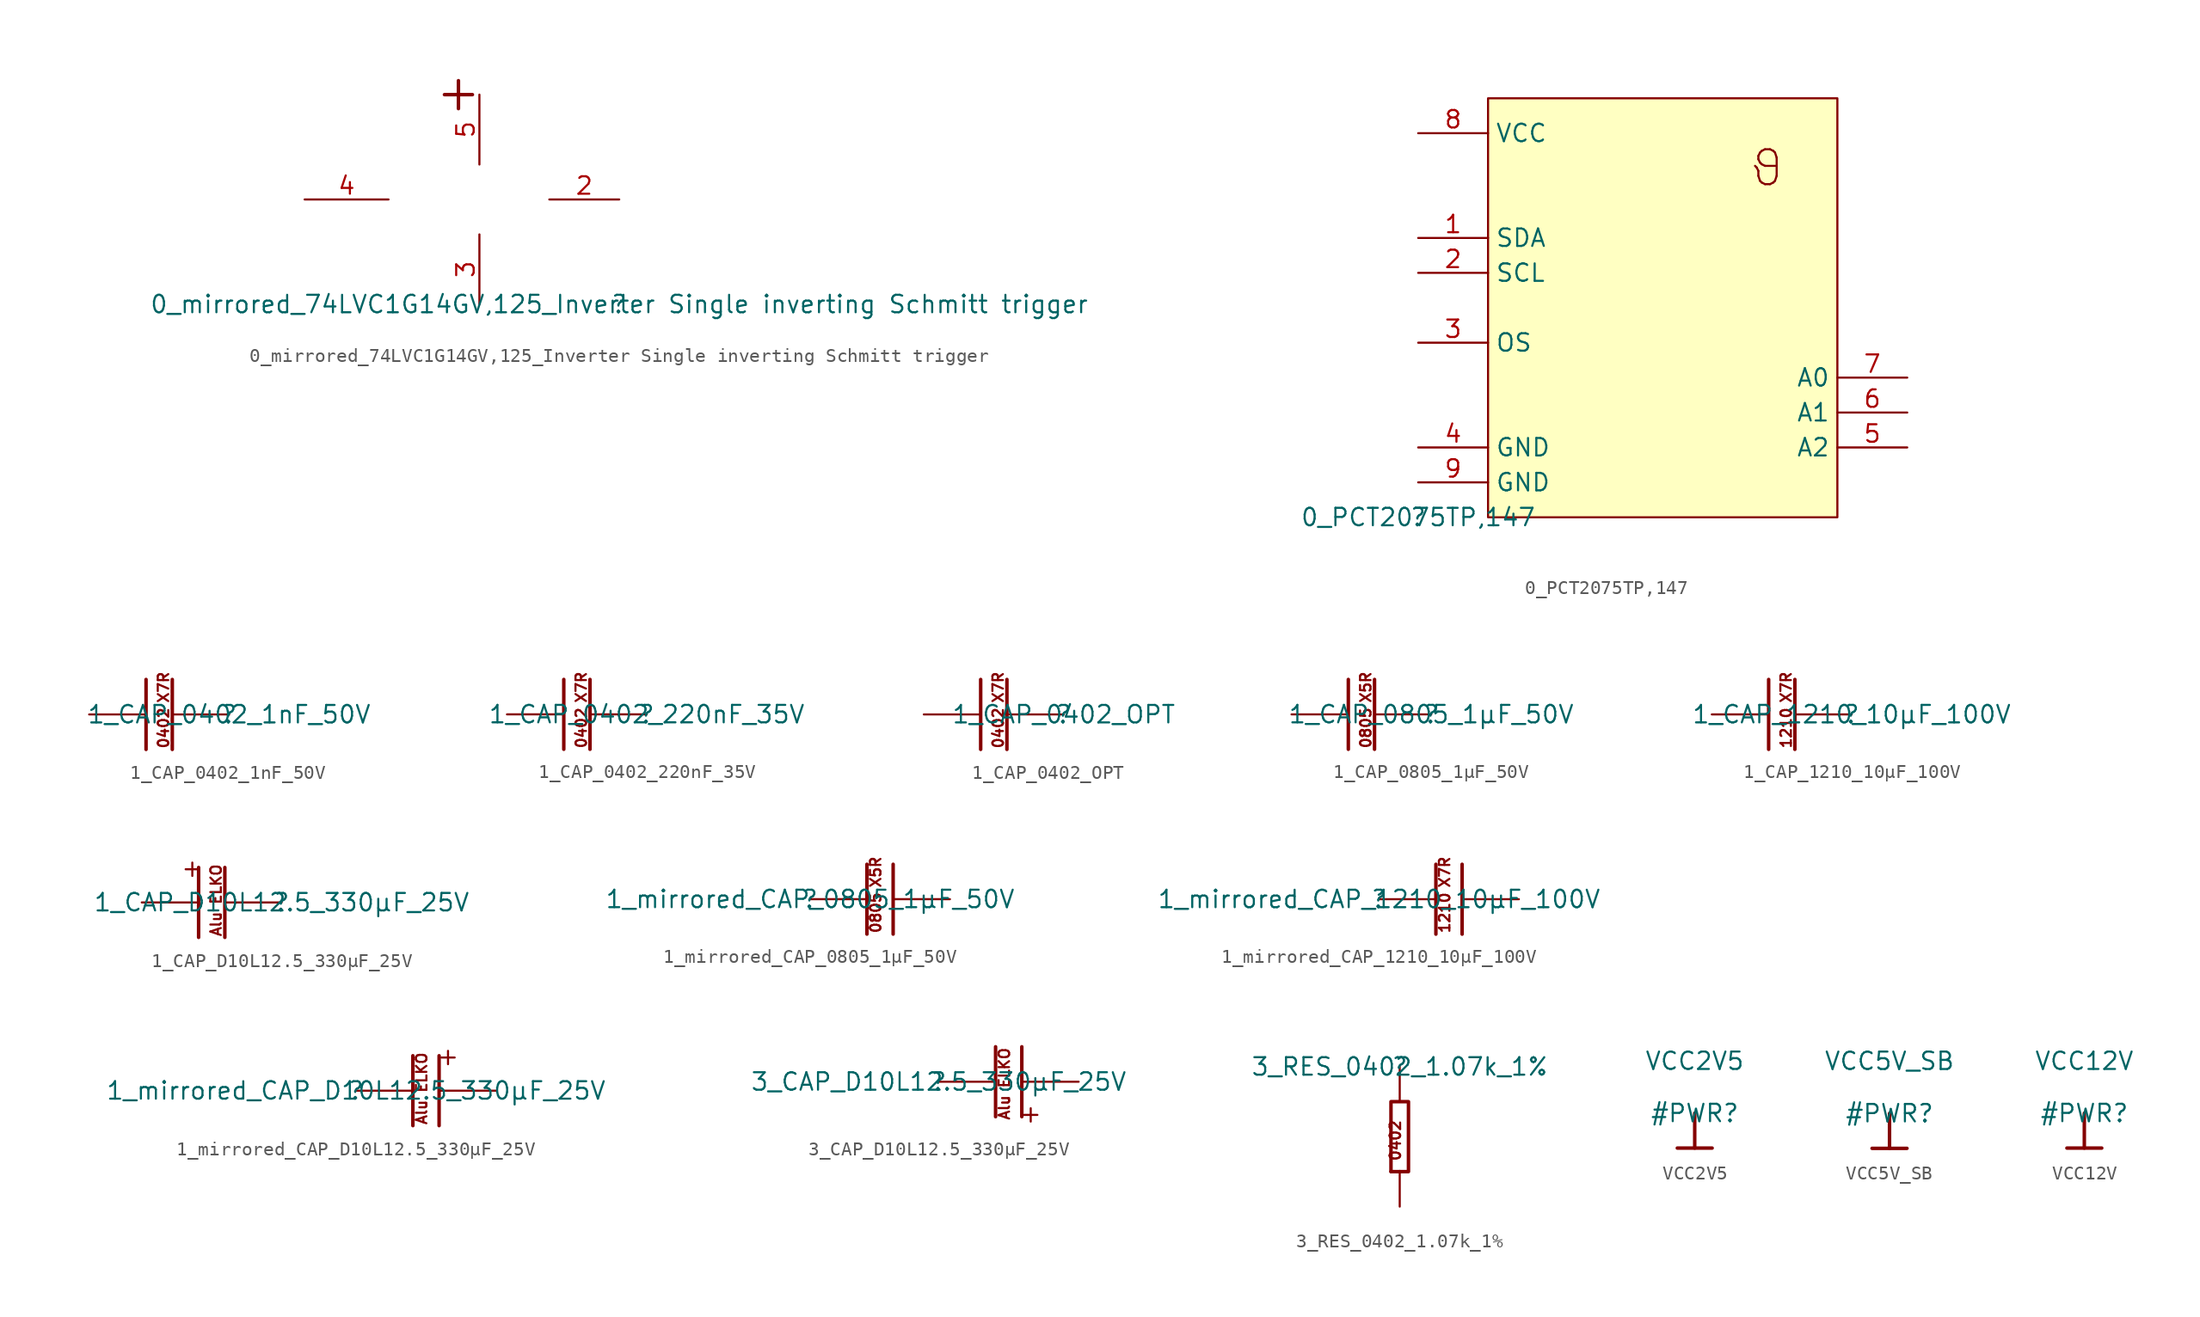
<source format=kicad_sym>
(kicad_symbol_lib
  (version 20211014)
  (generator kicad_symbol_editor)
  (symbol "0_mirrored_74LVC1G14GV,125_Inverter Single inverting Schmitt trigger"
    (property "Reference" ""
      (at 0 0 0)
      (effects (font (size 1.27 1.27))))
    (property "Value" "0_mirrored_74LVC1G14GV,125_Inverter Single inverting Schmitt trigger"
      (at 0 0 0)
      (effects (font (size 1.27 1.27))))
    (symbol "0_mirrored_74LVC1G14GV,125_Inverter Single inverting Schmitt trigger_1_0"
      (polyline (pts (xy -11.684 14.224) (xy -11.684 16.256)) (stroke (width 0.254) (type default) (color 0 0 0 0)) (fill (type none)))
      (polyline (pts (xy -10.668 15.24) (xy -12.7 15.24)) (stroke (width 0.254) (type default) (color 0 0 0 0)) (fill (type none)))
      (pin passive line (at 0 7.62 180) (length 5.08) (name "A" (effects (font (size 0 0)))) (number "2" (effects (font (size 1.27 1.27)))))
      (pin passive line (at -10.16 0 90) (length 5.08) (name "GND" (effects (font (size 0 0)))) (number "3" (effects (font (size 1.27 1.27)))))
      (pin passive line (at -22.86 7.62 0) (length 6.096) (name "Y" (effects (font (size 0 0)))) (number "4" (effects (font (size 1.27 1.27)))))
      (pin passive line (at -10.16 15.24 270) (length 5.08) (name "VCC" (effects (font (size 0 0)))) (number "5" (effects (font (size 1.27 1.27)))))))
  (symbol "0_PCT2075TP,147"
    (property "Reference" ""
      (at 0 0 0)
      (effects (font (size 1.27 1.27))))
    (property "Value" "0_PCT2075TP,147"
      (at 0 0 0)
      (effects (font (size 1.27 1.27))))
    (symbol "0_PCT2075TP,147_1_0"
      (rectangle (start 30.48 30.48) (end 5.08 0) (stroke (width 0) (type default) (color 0 0 0 0)) (fill (type background)))
      (text "ϑ" (at 25.4 25.4 0) (effects (font (size 2.54 2.54))))
      (pin passive line (at 0 20.32 0) (length 5.08) (name "SDA" (effects (font (size 1.27 1.27)))) (number "1" (effects (font (size 1.27 1.27)))))
      (pin passive line (at 0 17.78 0) (length 5.08) (name "SCL" (effects (font (size 1.27 1.27)))) (number "2" (effects (font (size 1.27 1.27)))))
      (pin passive line (at 0 12.7 0) (length 5.08) (name "OS" (effects (font (size 1.27 1.27)))) (number "3" (effects (font (size 1.27 1.27)))))
      (pin passive line (at 0 5.08 0) (length 5.08) (name "GND" (effects (font (size 1.27 1.27)))) (number "4" (effects (font (size 1.27 1.27)))))
      (pin passive line (at 35.56 5.08 180) (length 5.08) (name "A2" (effects (font (size 1.27 1.27)))) (number "5" (effects (font (size 1.27 1.27)))))
      (pin passive line (at 35.56 7.62 180) (length 5.08) (name "A1" (effects (font (size 1.27 1.27)))) (number "6" (effects (font (size 1.27 1.27)))))
      (pin passive line (at 35.56 10.16 180) (length 5.08) (name "A0" (effects (font (size 1.27 1.27)))) (number "7" (effects (font (size 1.27 1.27)))))
      (pin passive line (at 0 27.94 0) (length 5.08) (name "VCC" (effects (font (size 1.27 1.27)))) (number "8" (effects (font (size 1.27 1.27)))))
      (pin passive line (at 0 2.54 0) (length 5.08) (name "GND" (effects (font (size 1.27 1.27)))) (number "9" (effects (font (size 1.27 1.27)))))))
  (symbol "1_CAP_0402_1nF_50V"
    (property "Reference" ""
      (at 0 0 0)
      (effects (font (size 1.27 1.27))))
    (property "Value" "1_CAP_0402_1nF_50V"
      (at 0 0 0)
      (effects (font (size 1.27 1.27))))
    (symbol "1_CAP_0402_1nF_50V_1_0"
      (polyline (pts (xy -6.032 -2.54) (xy -6.032 2.54)) (stroke (width 0.254) (type default) (color 0 0 0 0)) (fill (type none)))
      (polyline (pts (xy -4.127 -2.54) (xy -4.127 2.54)) (stroke (width 0.254) (type default) (color 0 0 0 0)) (fill (type none)))
      (text "0402" (at -4.318 -2.54 900) (effects (font (size 0.762 0.762)) (justify left bottom)))
      (text "X7R" (at -4.318 0.762 900) (effects (font (size 0.762 0.762)) (justify left bottom)))
      (pin passive line (at -10.16 0 0) (length 4.064) (name "1" (effects (font (size 0 0)))) (number "1" (effects (font (size 0 0)))))
      (pin passive line (at 0 0 180) (length 4.064) (name "2" (effects (font (size 0 0)))) (number "2" (effects (font (size 0 0)))))))
  (symbol "1_CAP_0402_220nF_35V"
    (property "Reference" ""
      (at 0 0 0)
      (effects (font (size 1.27 1.27))))
    (property "Value" "1_CAP_0402_220nF_35V"
      (at 0 0 0)
      (effects (font (size 1.27 1.27))))
    (symbol "1_CAP_0402_220nF_35V_1_0"
      (polyline (pts (xy -6.032 -2.54) (xy -6.032 2.54)) (stroke (width 0.254) (type default) (color 0 0 0 0)) (fill (type none)))
      (polyline (pts (xy -4.127 -2.54) (xy -4.127 2.54)) (stroke (width 0.254) (type default) (color 0 0 0 0)) (fill (type none)))
      (text "0402" (at -4.318 -2.54 900) (effects (font (size 0.762 0.762)) (justify left bottom)))
      (text "X7R" (at -4.318 0.762 900) (effects (font (size 0.762 0.762)) (justify left bottom)))
      (pin passive line (at -10.16 0 0) (length 4.064) (name "1" (effects (font (size 0 0)))) (number "1" (effects (font (size 0 0)))))
      (pin passive line (at 0 0 180) (length 4.064) (name "2" (effects (font (size 0 0)))) (number "2" (effects (font (size 0 0)))))))
  (symbol "1_CAP_0402_OPT"
    (property "Reference" ""
      (at 0 0 0)
      (effects (font (size 1.27 1.27))))
    (property "Value" "1_CAP_0402_OPT"
      (at 0 0 0)
      (effects (font (size 1.27 1.27))))
    (symbol "1_CAP_0402_OPT_1_0"
      (polyline (pts (xy -6.032 -2.54) (xy -6.032 2.54)) (stroke (width 0.254) (type default) (color 0 0 0 0)) (fill (type none)))
      (polyline (pts (xy -4.127 -2.54) (xy -4.127 2.54)) (stroke (width 0.254) (type default) (color 0 0 0 0)) (fill (type none)))
      (text "0402" (at -4.318 -2.54 900) (effects (font (size 0.762 0.762)) (justify left bottom)))
      (text "X7R" (at -4.318 0.762 900) (effects (font (size 0.762 0.762)) (justify left bottom)))
      (pin passive line (at -10.16 0 0) (length 4.064) (name "1" (effects (font (size 0 0)))) (number "1" (effects (font (size 0 0)))))
      (pin passive line (at 0 0 180) (length 4.064) (name "2" (effects (font (size 0 0)))) (number "2" (effects (font (size 0 0)))))))
  (symbol "1_CAP_0805_1µF_50V"
    (property "Reference" ""
      (at 0 0 0)
      (effects (font (size 1.27 1.27))))
    (property "Value" "1_CAP_0805_1µF_50V"
      (at 0 0 0)
      (effects (font (size 1.27 1.27))))
    (symbol "1_CAP_0805_1µF_50V_1_0"
      (polyline (pts (xy -6.032 -2.54) (xy -6.032 2.54)) (stroke (width 0.254) (type default) (color 0 0 0 0)) (fill (type none)))
      (polyline (pts (xy -4.127 -2.54) (xy -4.127 2.54)) (stroke (width 0.254) (type default) (color 0 0 0 0)) (fill (type none)))
      (text "0805" (at -4.318 -2.54 900) (effects (font (size 0.762 0.762)) (justify left bottom)))
      (text "X5R" (at -4.318 0.762 900) (effects (font (size 0.762 0.762)) (justify left bottom)))
      (pin passive line (at -10.16 0 0) (length 4.064) (name "1" (effects (font (size 0 0)))) (number "1" (effects (font (size 0 0)))))
      (pin passive line (at 0 0 180) (length 4.064) (name "2" (effects (font (size 0 0)))) (number "2" (effects (font (size 0 0)))))))
  (symbol "1_CAP_1210_10µF_100V"
    (property "Reference" ""
      (at 0 0 0)
      (effects (font (size 1.27 1.27))))
    (property "Value" "1_CAP_1210_10µF_100V"
      (at 0 0 0)
      (effects (font (size 1.27 1.27))))
    (symbol "1_CAP_1210_10µF_100V_1_0"
      (polyline (pts (xy -6.032 -2.54) (xy -6.032 2.54)) (stroke (width 0.254) (type default) (color 0 0 0 0)) (fill (type none)))
      (polyline (pts (xy -4.127 -2.54) (xy -4.127 2.54)) (stroke (width 0.254) (type default) (color 0 0 0 0)) (fill (type none)))
      (text "1210" (at -4.318 -2.54 900) (effects (font (size 0.762 0.762)) (justify left bottom)))
      (text "X7R" (at -4.318 0.762 900) (effects (font (size 0.762 0.762)) (justify left bottom)))
      (pin passive line (at -10.16 0 0) (length 4.064) (name "1" (effects (font (size 0 0)))) (number "1" (effects (font (size 0 0)))))
      (pin passive line (at 0 0 180) (length 4.064) (name "2" (effects (font (size 0 0)))) (number "2" (effects (font (size 0 0)))))))
  (symbol "1_CAP_D10L12.5_330µF_25V"
    (property "Reference" ""
      (at 0 0 0)
      (effects (font (size 1.27 1.27))))
    (property "Value" "1_CAP_D10L12.5_330µF_25V"
      (at 0 0 0)
      (effects (font (size 1.27 1.27))))
    (symbol "1_CAP_D10L12.5_330µF_25V_1_0"
      (polyline (pts (xy -6.032 -2.54) (xy -6.032 2.54)) (stroke (width 0.254) (type default) (color 0 0 0 0)) (fill (type none)))
      (polyline (pts (xy -4.127 -2.54) (xy -4.127 2.54)) (stroke (width 0.254) (type default) (color 0 0 0 0)) (fill (type none)))
      (text "+" (at -5.842 1.524 900) (effects (font (size 1.27 1.27)) (justify left bottom)))
      (text "Alu ELKO" (at -4.318 -2.54 900) (effects (font (size 0.762 0.762)) (justify left bottom)))
      (pin passive line (at -10.16 0 0) (length 4.064) (name "1" (effects (font (size 0 0)))) (number "1" (effects (font (size 0 0)))))
      (pin passive line (at 0 0 180) (length 4.064) (name "2" (effects (font (size 0 0)))) (number "2" (effects (font (size 0 0)))))))
  (symbol "1_mirrored_CAP_0805_1µF_50V"
    (property "Reference" ""
      (at 0 0 0)
      (effects (font (size 1.27 1.27))))
    (property "Value" "1_mirrored_CAP_0805_1µF_50V"
      (at 0 0 0)
      (effects (font (size 1.27 1.27))))
    (symbol "1_mirrored_CAP_0805_1µF_50V_1_0"
      (polyline (pts (xy 4.128 -2.54) (xy 4.128 2.54)) (stroke (width 0.254) (type default) (color 0 0 0 0)) (fill (type none)))
      (polyline (pts (xy 6.033 -2.54) (xy 6.033 2.54)) (stroke (width 0.254) (type default) (color 0 0 0 0)) (fill (type none)))
      (text "0805" (at 4.318 -2.54 900) (effects (font (size 0.762 0.762)) (justify left top)))
      (text "X5R" (at 4.318 0.762 900) (effects (font (size 0.762 0.762)) (justify left top)))
      (pin passive line (at 10.16 0 180) (length 4.064) (name "1" (effects (font (size 0 0)))) (number "1" (effects (font (size 0 0)))))
      (pin passive line (at 0 0 0) (length 4.064) (name "2" (effects (font (size 0 0)))) (number "2" (effects (font (size 0 0)))))))
  (symbol "1_mirrored_CAP_1210_10µF_100V"
    (property "Reference" ""
      (at 0 0 0)
      (effects (font (size 1.27 1.27))))
    (property "Value" "1_mirrored_CAP_1210_10µF_100V"
      (at 0 0 0)
      (effects (font (size 1.27 1.27))))
    (symbol "1_mirrored_CAP_1210_10µF_100V_1_0"
      (polyline (pts (xy 4.128 -2.54) (xy 4.128 2.54)) (stroke (width 0.254) (type default) (color 0 0 0 0)) (fill (type none)))
      (polyline (pts (xy 6.033 -2.54) (xy 6.033 2.54)) (stroke (width 0.254) (type default) (color 0 0 0 0)) (fill (type none)))
      (text "1210" (at 4.318 -2.54 900) (effects (font (size 0.762 0.762)) (justify left top)))
      (text "X7R" (at 4.318 0.762 900) (effects (font (size 0.762 0.762)) (justify left top)))
      (pin passive line (at 10.16 0 180) (length 4.064) (name "1" (effects (font (size 0 0)))) (number "1" (effects (font (size 0 0)))))
      (pin passive line (at 0 0 0) (length 4.064) (name "2" (effects (font (size 0 0)))) (number "2" (effects (font (size 0 0)))))))
  (symbol "1_mirrored_CAP_D10L12.5_330µF_25V"
    (property "Reference" ""
      (at 0 0 0)
      (effects (font (size 1.27 1.27))))
    (property "Value" "1_mirrored_CAP_D10L12.5_330µF_25V"
      (at 0 0 0)
      (effects (font (size 1.27 1.27))))
    (symbol "1_mirrored_CAP_D10L12.5_330µF_25V_1_0"
      (polyline (pts (xy 4.128 -2.54) (xy 4.128 2.54)) (stroke (width 0.254) (type default) (color 0 0 0 0)) (fill (type none)))
      (polyline (pts (xy 6.033 -2.54) (xy 6.033 2.54)) (stroke (width 0.254) (type default) (color 0 0 0 0)) (fill (type none)))
      (text "+" (at 5.842 1.524 900) (effects (font (size 1.27 1.27)) (justify left top)))
      (text "Alu ELKO" (at 4.318 -2.54 900) (effects (font (size 0.762 0.762)) (justify left top)))
      (pin passive line (at 10.16 0 180) (length 4.064) (name "1" (effects (font (size 0 0)))) (number "1" (effects (font (size 0 0)))))
      (pin passive line (at 0 0 0) (length 4.064) (name "2" (effects (font (size 0 0)))) (number "2" (effects (font (size 0 0)))))))
  (symbol "3_CAP_D10L12.5_330µF_25V"
    (property "Reference" ""
      (at 0 0 0)
      (effects (font (size 1.27 1.27))))
    (property "Value" "3_CAP_D10L12.5_330µF_25V"
      (at 0 0 0)
      (effects (font (size 1.27 1.27))))
    (symbol "3_CAP_D10L12.5_330µF_25V_1_0"
      (polyline (pts (xy 4.128 2.54) (xy 4.128 -2.54)) (stroke (width 0.254) (type default) (color 0 0 0 0)) (fill (type none)))
      (polyline (pts (xy 6.033 2.54) (xy 6.033 -2.54)) (stroke (width 0.254) (type default) (color 0 0 0 0)) (fill (type none)))
      (text "+" (at 5.842 -1.524 900) (effects (font (size 1.27 1.27)) (justify right top)))
      (text "Alu ELKO" (at 4.318 2.54 900) (effects (font (size 0.762 0.762)) (justify right top)))
      (pin passive line (at 10.16 0 180) (length 4.064) (name "1" (effects (font (size 0 0)))) (number "1" (effects (font (size 0 0)))))
      (pin passive line (at 0 0 0) (length 4.064) (name "2" (effects (font (size 0 0)))) (number "2" (effects (font (size 0 0)))))))
  (symbol "3_RES_0402_1.07k_1%"
    (property "Reference" ""
      (at 0 0 0)
      (effects (font (size 1.27 1.27))))
    (property "Value" "3_RES_0402_1.07k_1%"
      (at 0 0 0)
      (effects (font (size 1.27 1.27))))
    (symbol "3_RES_0402_1.07k_1%_1_0"
      (polyline (pts (xy -0.635 -7.62) (xy 0 -7.62)) (stroke (width 0.254) (type default) (color 0 0 0 0)) (fill (type none)))
      (polyline (pts (xy 0 -7.62) (xy 0.635 -7.62) (xy 0.635 -2.54) (xy -0.635 -2.54) (xy -0.635 -7.62)) (stroke (width 0.254) (type default) (color 0 0 0 0)) (fill (type none)))
      (text "0402" (at -0.762 -3.81 900) (effects (font (size 0.762 0.762)) (justify right top)))
      (pin passive line (at 0 0 270) (length 2.54) (name "1" (effects (font (size 0 0)))) (number "1" (effects (font (size 0 0)))))
      (pin passive line (at 0 -10.16 90) (length 2.54) (name "2" (effects (font (size 0 0)))) (number "2" (effects (font (size 0 0)))))))
  (symbol "VCC2V5"
    (power)
    (property "Reference" "#PWR"
      (at 0 0 0)
      (effects (font (size 1.27 1.27))))
    (property "Value" "VCC2V5"
      (at 0 3.81 0)
      (effects (font (size 1.27 1.27))))
    (symbol "VCC2V5_0_0"
      (polyline (pts (xy -1.27 -2.54) (xy 1.27 -2.54)) (stroke (width 0.254) (type default) (color 0 0 0 0)) (fill (type none)))
      (polyline (pts (xy 0 0) (xy 0 -2.54)) (stroke (width 0.254) (type default) (color 0 0 0 0)) (fill (type none)))
      (pin power_in line (at 0 0 0) (length 0) hide (name "VCC2V5" (effects (font (size 1.27 1.27)))) (number "" (effects (font (size 1.27 1.27)))))))
  (symbol "VCC5V_SB"
    (power)
    (property "Reference" "#PWR"
      (at 0 0 0)
      (effects (font (size 1.27 1.27))))
    (property "Value" "VCC5V_SB"
      (at 0 3.81 0)
      (effects (font (size 1.27 1.27))))
    (symbol "VCC5V_SB_0_0"
      (polyline (pts (xy -1.27 -2.54) (xy 1.27 -2.54)) (stroke (width 0.254) (type default) (color 0 0 0 0)) (fill (type none)))
      (polyline (pts (xy 0 0) (xy 0 -2.54)) (stroke (width 0.254) (type default) (color 0 0 0 0)) (fill (type none)))
      (pin power_in line (at 0 0 0) (length 0) hide (name "VCC5V_SB" (effects (font (size 1.27 1.27)))) (number "" (effects (font (size 1.27 1.27)))))))
  (symbol "VCC12V"
    (power)
    (property "Reference" "#PWR"
      (at 0 0 0)
      (effects (font (size 1.27 1.27))))
    (property "Value" "VCC12V"
      (at 0 3.81 0)
      (effects (font (size 1.27 1.27))))
    (symbol "VCC12V_0_0"
      (polyline (pts (xy -1.27 -2.54) (xy 1.27 -2.54)) (stroke (width 0.254) (type default) (color 0 0 0 0)) (fill (type none)))
      (polyline (pts (xy 0 0) (xy 0 -2.54)) (stroke (width 0.254) (type default) (color 0 0 0 0)) (fill (type none)))
      (pin power_in line (at 0 0 0) (length 0) hide (name "VCC12V" (effects (font (size 1.27 1.27)))) (number "" (effects (font (size 1.27 1.27))))))))
</source>
